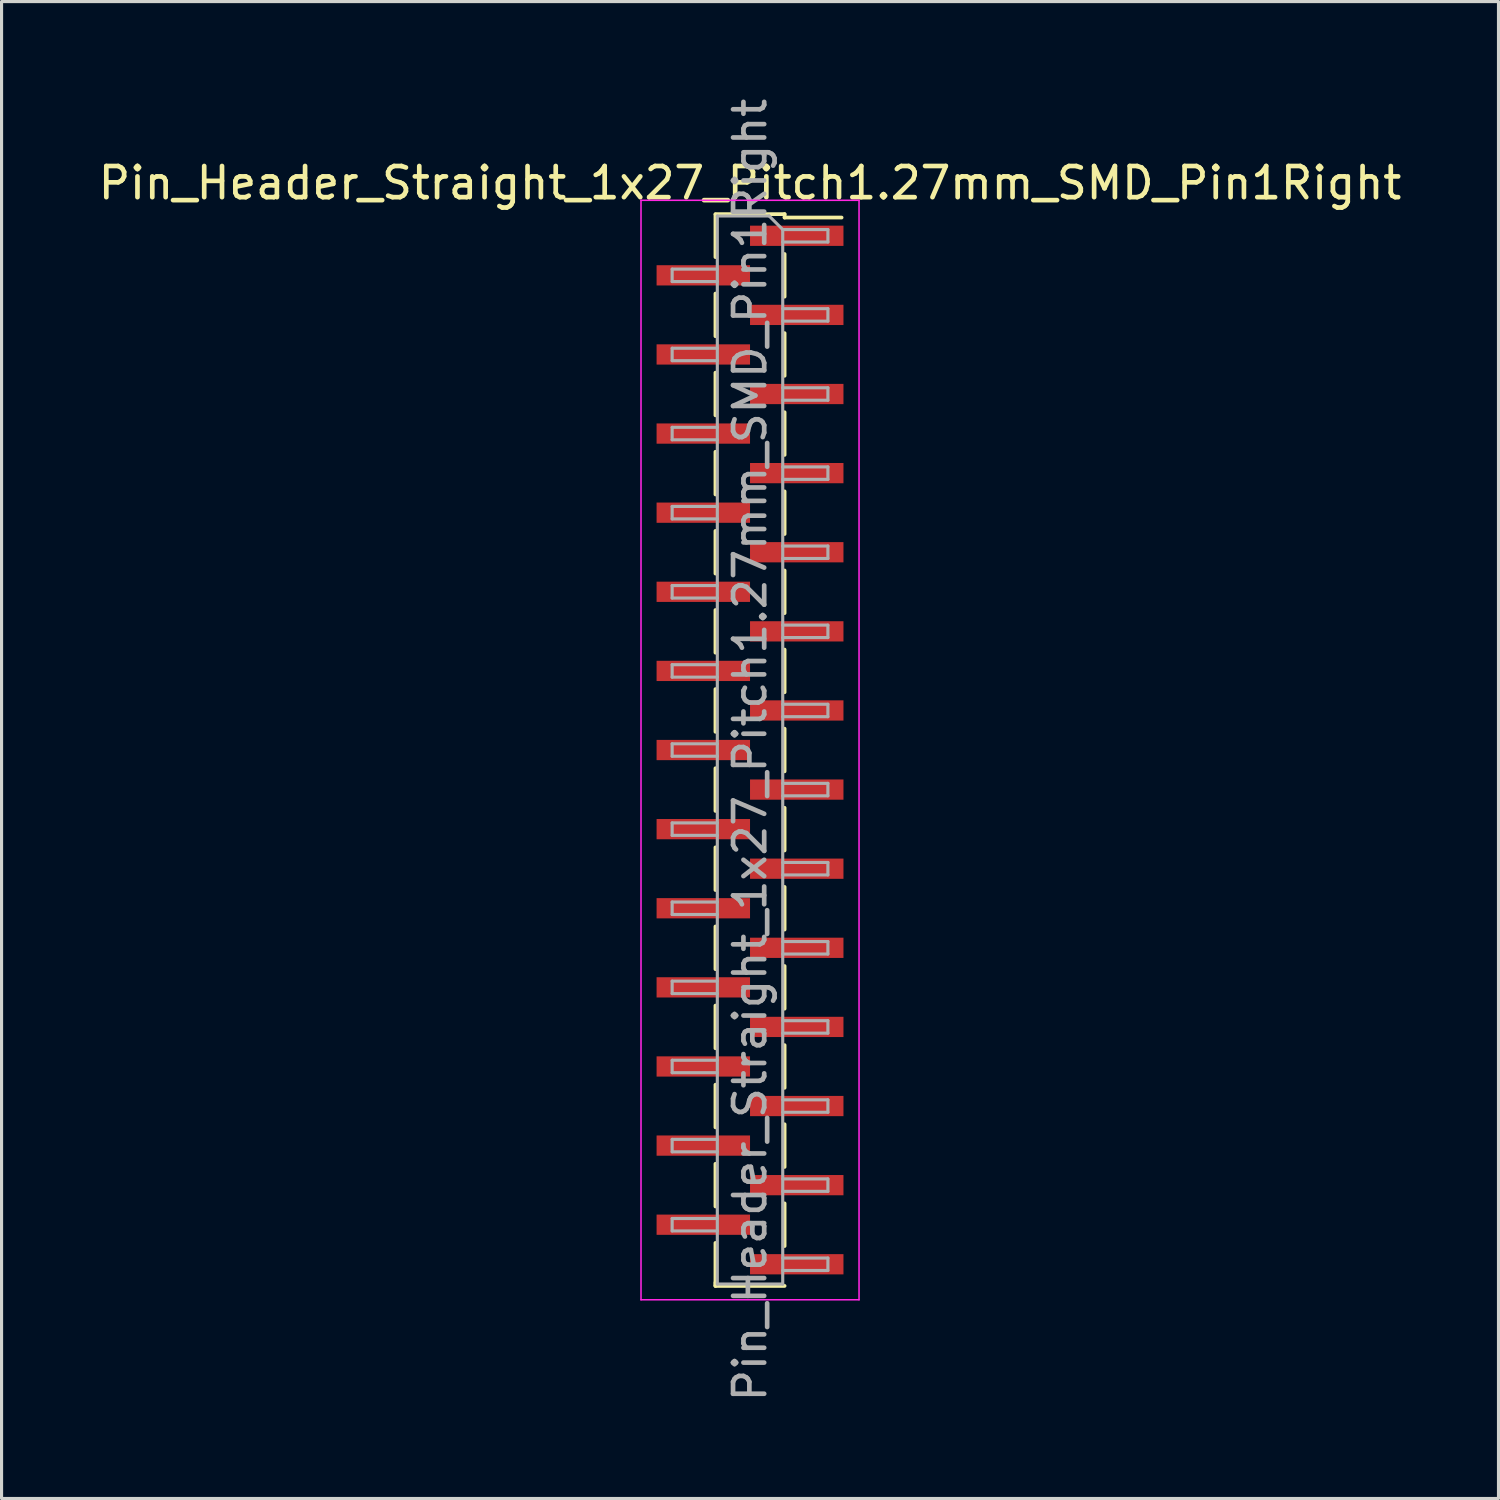
<source format=kicad_pcb>
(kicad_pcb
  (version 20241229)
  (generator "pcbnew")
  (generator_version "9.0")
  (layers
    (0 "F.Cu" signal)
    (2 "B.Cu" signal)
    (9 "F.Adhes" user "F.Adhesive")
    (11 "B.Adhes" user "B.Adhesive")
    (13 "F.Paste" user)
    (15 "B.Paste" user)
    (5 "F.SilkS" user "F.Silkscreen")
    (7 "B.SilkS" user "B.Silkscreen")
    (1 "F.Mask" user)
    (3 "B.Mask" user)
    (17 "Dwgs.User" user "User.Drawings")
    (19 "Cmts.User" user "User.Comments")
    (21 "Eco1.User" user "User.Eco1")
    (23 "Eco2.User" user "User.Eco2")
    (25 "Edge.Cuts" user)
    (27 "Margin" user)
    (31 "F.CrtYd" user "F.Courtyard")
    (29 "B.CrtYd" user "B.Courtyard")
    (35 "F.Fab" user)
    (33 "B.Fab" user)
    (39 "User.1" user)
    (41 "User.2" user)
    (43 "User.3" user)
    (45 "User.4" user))
  (footprint "Pin_Header_Straight_1x27_Pitch1.27mm_SMD_Pin1Right"
    (layer "F.Cu")
    (at 21.03 21.03)
    (property "Reference" "Pin_Header_Straight_1x27_Pitch1.27mm_SMD_Pin1Right" (at 0 -18.205 0) (layer "F.SilkS") (effects (font (size 1 1) (thickness 0.15))))
    (attr smd)
    (fp_line (start -1.11 -17.205) (end 1.11 -17.205) (stroke (width 0.12) (type solid)) (layer "F.SilkS"))
    (fp_line (start -1.11 -17.195) (end -1.11 -15.825) (stroke (width 0.12) (type solid)) (layer "F.SilkS"))
    (fp_line (start -1.11 -14.655) (end -1.11 -13.285) (stroke (width 0.12) (type solid)) (layer "F.SilkS"))
    (fp_line (start -1.11 -12.115) (end -1.11 -10.745) (stroke (width 0.12) (type solid)) (layer "F.SilkS"))
    (fp_line (start -1.11 -9.575) (end -1.11 -8.205) (stroke (width 0.12) (type solid)) (layer "F.SilkS"))
    (fp_line (start -1.11 -7.035) (end -1.11 -5.665) (stroke (width 0.12) (type solid)) (layer "F.SilkS"))
    (fp_line (start -1.11 -4.495) (end -1.11 -3.125) (stroke (width 0.12) (type solid)) (layer "F.SilkS"))
    (fp_line (start -1.11 -1.955) (end -1.11 -0.585) (stroke (width 0.12) (type solid)) (layer "F.SilkS"))
    (fp_line (start -1.11 0.585) (end -1.11 1.955) (stroke (width 0.12) (type solid)) (layer "F.SilkS"))
    (fp_line (start -1.11 3.125) (end -1.11 4.495) (stroke (width 0.12) (type solid)) (layer "F.SilkS"))
    (fp_line (start -1.11 5.665) (end -1.11 7.035) (stroke (width 0.12) (type solid)) (layer "F.SilkS"))
    (fp_line (start -1.11 8.205) (end -1.11 9.575) (stroke (width 0.12) (type solid)) (layer "F.SilkS"))
    (fp_line (start -1.11 10.745) (end -1.11 12.115) (stroke (width 0.12) (type solid)) (layer "F.SilkS"))
    (fp_line (start -1.11 13.285) (end -1.11 14.655) (stroke (width 0.12) (type solid)) (layer "F.SilkS"))
    (fp_line (start -1.11 15.825) (end -1.11 17.195) (stroke (width 0.12) (type solid)) (layer "F.SilkS"))
    (fp_line (start -1.11 17.095) (end -1.11 17.205) (stroke (width 0.12) (type solid)) (layer "F.SilkS"))
    (fp_line (start -1.11 17.205) (end 1.11 17.205) (stroke (width 0.12) (type solid)) (layer "F.SilkS"))
    (fp_line (start 1.11 -17.205) (end 1.11 -17.095) (stroke (width 0.12) (type solid)) (layer "F.SilkS"))
    (fp_line (start 1.11 -17.095) (end 2.94 -17.095) (stroke (width 0.12) (type solid)) (layer "F.SilkS"))
    (fp_line (start 1.11 -15.925) (end 1.11 -14.555) (stroke (width 0.12) (type solid)) (layer "F.SilkS"))
    (fp_line (start 1.11 -13.385) (end 1.11 -12.015) (stroke (width 0.12) (type solid)) (layer "F.SilkS"))
    (fp_line (start 1.11 -10.845) (end 1.11 -9.475) (stroke (width 0.12) (type solid)) (layer "F.SilkS"))
    (fp_line (start 1.11 -8.305) (end 1.11 -6.935) (stroke (width 0.12) (type solid)) (layer "F.SilkS"))
    (fp_line (start 1.11 -5.765) (end 1.11 -4.395) (stroke (width 0.12) (type solid)) (layer "F.SilkS"))
    (fp_line (start 1.11 -3.225) (end 1.11 -1.855) (stroke (width 0.12) (type solid)) (layer "F.SilkS"))
    (fp_line (start 1.11 -0.685) (end 1.11 0.685) (stroke (width 0.12) (type solid)) (layer "F.SilkS"))
    (fp_line (start 1.11 1.855) (end 1.11 3.225) (stroke (width 0.12) (type solid)) (layer "F.SilkS"))
    (fp_line (start 1.11 4.395) (end 1.11 5.765) (stroke (width 0.12) (type solid)) (layer "F.SilkS"))
    (fp_line (start 1.11 6.935) (end 1.11 8.305) (stroke (width 0.12) (type solid)) (layer "F.SilkS"))
    (fp_line (start 1.11 9.475) (end 1.11 10.845) (stroke (width 0.12) (type solid)) (layer "F.SilkS"))
    (fp_line (start 1.11 12.015) (end 1.11 13.385) (stroke (width 0.12) (type solid)) (layer "F.SilkS"))
    (fp_line (start 1.11 14.555) (end 1.11 15.925) (stroke (width 0.12) (type solid)) (layer "F.SilkS"))
    (fp_line (start -3.5 -17.65) (end -3.5 17.65) (stroke (width 0.05) (type solid)) (layer "F.CrtYd"))
    (fp_line (start -3.5 17.65) (end 3.5 17.65) (stroke (width 0.05) (type solid)) (layer "F.CrtYd"))
    (fp_line (start 3.5 -17.65) (end -3.5 -17.65) (stroke (width 0.05) (type solid)) (layer "F.CrtYd"))
    (fp_line (start 3.5 17.65) (end 3.5 -17.65) (stroke (width 0.05) (type solid)) (layer "F.CrtYd"))
    (fp_line (start -2.5 -15.44) (end -2.5 -15.04) (stroke (width 0.1) (type solid)) (layer "F.Fab"))
    (fp_line (start -2.5 -15.04) (end -1.05 -15.04) (stroke (width 0.1) (type solid)) (layer "F.Fab"))
    (fp_line (start -2.5 -12.9) (end -2.5 -12.5) (stroke (width 0.1) (type solid)) (layer "F.Fab"))
    (fp_line (start -2.5 -12.5) (end -1.05 -12.5) (stroke (width 0.1) (type solid)) (layer "F.Fab"))
    (fp_line (start -2.5 -10.36) (end -2.5 -9.96) (stroke (width 0.1) (type solid)) (layer "F.Fab"))
    (fp_line (start -2.5 -9.96) (end -1.05 -9.96) (stroke (width 0.1) (type solid)) (layer "F.Fab"))
    (fp_line (start -2.5 -7.82) (end -2.5 -7.42) (stroke (width 0.1) (type solid)) (layer "F.Fab"))
    (fp_line (start -2.5 -7.42) (end -1.05 -7.42) (stroke (width 0.1) (type solid)) (layer "F.Fab"))
    (fp_line (start -2.5 -5.28) (end -2.5 -4.88) (stroke (width 0.1) (type solid)) (layer "F.Fab"))
    (fp_line (start -2.5 -4.88) (end -1.05 -4.88) (stroke (width 0.1) (type solid)) (layer "F.Fab"))
    (fp_line (start -2.5 -2.74) (end -2.5 -2.34) (stroke (width 0.1) (type solid)) (layer "F.Fab"))
    (fp_line (start -2.5 -2.34) (end -1.05 -2.34) (stroke (width 0.1) (type solid)) (layer "F.Fab"))
    (fp_line (start -2.5 -0.2) (end -2.5 0.2) (stroke (width 0.1) (type solid)) (layer "F.Fab"))
    (fp_line (start -2.5 0.2) (end -1.05 0.2) (stroke (width 0.1) (type solid)) (layer "F.Fab"))
    (fp_line (start -2.5 2.34) (end -2.5 2.74) (stroke (width 0.1) (type solid)) (layer "F.Fab"))
    (fp_line (start -2.5 2.74) (end -1.05 2.74) (stroke (width 0.1) (type solid)) (layer "F.Fab"))
    (fp_line (start -2.5 4.88) (end -2.5 5.28) (stroke (width 0.1) (type solid)) (layer "F.Fab"))
    (fp_line (start -2.5 5.28) (end -1.05 5.28) (stroke (width 0.1) (type solid)) (layer "F.Fab"))
    (fp_line (start -2.5 7.42) (end -2.5 7.82) (stroke (width 0.1) (type solid)) (layer "F.Fab"))
    (fp_line (start -2.5 7.82) (end -1.05 7.82) (stroke (width 0.1) (type solid)) (layer "F.Fab"))
    (fp_line (start -2.5 9.96) (end -2.5 10.36) (stroke (width 0.1) (type solid)) (layer "F.Fab"))
    (fp_line (start -2.5 10.36) (end -1.05 10.36) (stroke (width 0.1) (type solid)) (layer "F.Fab"))
    (fp_line (start -2.5 12.5) (end -2.5 12.9) (stroke (width 0.1) (type solid)) (layer "F.Fab"))
    (fp_line (start -2.5 12.9) (end -1.05 12.9) (stroke (width 0.1) (type solid)) (layer "F.Fab"))
    (fp_line (start -2.5 15.04) (end -2.5 15.44) (stroke (width 0.1) (type solid)) (layer "F.Fab"))
    (fp_line (start -2.5 15.44) (end -1.05 15.44) (stroke (width 0.1) (type solid)) (layer "F.Fab"))
    (fp_line (start -1.05 -17.145) (end -1.05 17.145) (stroke (width 0.1) (type solid)) (layer "F.Fab"))
    (fp_line (start -1.05 -17.145) (end 0.615 -17.145) (stroke (width 0.1) (type solid)) (layer "F.Fab"))
    (fp_line (start -1.05 -15.44) (end -2.5 -15.44) (stroke (width 0.1) (type solid)) (layer "F.Fab"))
    (fp_line (start -1.05 -12.9) (end -2.5 -12.9) (stroke (width 0.1) (type solid)) (layer "F.Fab"))
    (fp_line (start -1.05 -10.36) (end -2.5 -10.36) (stroke (width 0.1) (type solid)) (layer "F.Fab"))
    (fp_line (start -1.05 -7.82) (end -2.5 -7.82) (stroke (width 0.1) (type solid)) (layer "F.Fab"))
    (fp_line (start -1.05 -5.28) (end -2.5 -5.28) (stroke (width 0.1) (type solid)) (layer "F.Fab"))
    (fp_line (start -1.05 -2.74) (end -2.5 -2.74) (stroke (width 0.1) (type solid)) (layer "F.Fab"))
    (fp_line (start -1.05 -0.2) (end -2.5 -0.2) (stroke (width 0.1) (type solid)) (layer "F.Fab"))
    (fp_line (start -1.05 2.34) (end -2.5 2.34) (stroke (width 0.1) (type solid)) (layer "F.Fab"))
    (fp_line (start -1.05 4.88) (end -2.5 4.88) (stroke (width 0.1) (type solid)) (layer "F.Fab"))
    (fp_line (start -1.05 7.42) (end -2.5 7.42) (stroke (width 0.1) (type solid)) (layer "F.Fab"))
    (fp_line (start -1.05 9.96) (end -2.5 9.96) (stroke (width 0.1) (type solid)) (layer "F.Fab"))
    (fp_line (start -1.05 12.5) (end -2.5 12.5) (stroke (width 0.1) (type solid)) (layer "F.Fab"))
    (fp_line (start -1.05 15.04) (end -2.5 15.04) (stroke (width 0.1) (type solid)) (layer "F.Fab"))
    (fp_line (start 1.05 -16.71) (end 0.615 -17.145) (stroke (width 0.1) (type solid)) (layer "F.Fab"))
    (fp_line (start 1.05 -16.71) (end 2.5 -16.71) (stroke (width 0.1) (type solid)) (layer "F.Fab"))
    (fp_line (start 1.05 -14.17) (end 2.5 -14.17) (stroke (width 0.1) (type solid)) (layer "F.Fab"))
    (fp_line (start 1.05 -11.63) (end 2.5 -11.63) (stroke (width 0.1) (type solid)) (layer "F.Fab"))
    (fp_line (start 1.05 -9.09) (end 2.5 -9.09) (stroke (width 0.1) (type solid)) (layer "F.Fab"))
    (fp_line (start 1.05 -6.55) (end 2.5 -6.55) (stroke (width 0.1) (type solid)) (layer "F.Fab"))
    (fp_line (start 1.05 -4.01) (end 2.5 -4.01) (stroke (width 0.1) (type solid)) (layer "F.Fab"))
    (fp_line (start 1.05 -1.47) (end 2.5 -1.47) (stroke (width 0.1) (type solid)) (layer "F.Fab"))
    (fp_line (start 1.05 1.07) (end 2.5 1.07) (stroke (width 0.1) (type solid)) (layer "F.Fab"))
    (fp_line (start 1.05 3.61) (end 2.5 3.61) (stroke (width 0.1) (type solid)) (layer "F.Fab"))
    (fp_line (start 1.05 6.15) (end 2.5 6.15) (stroke (width 0.1) (type solid)) (layer "F.Fab"))
    (fp_line (start 1.05 8.69) (end 2.5 8.69) (stroke (width 0.1) (type solid)) (layer "F.Fab"))
    (fp_line (start 1.05 11.23) (end 2.5 11.23) (stroke (width 0.1) (type solid)) (layer "F.Fab"))
    (fp_line (start 1.05 13.77) (end 2.5 13.77) (stroke (width 0.1) (type solid)) (layer "F.Fab"))
    (fp_line (start 1.05 16.31) (end 2.5 16.31) (stroke (width 0.1) (type solid)) (layer "F.Fab"))
    (fp_line (start 1.05 17.145) (end -1.05 17.145) (stroke (width 0.1) (type solid)) (layer "F.Fab"))
    (fp_line (start 1.05 17.145) (end 1.05 -16.71) (stroke (width 0.1) (type solid)) (layer "F.Fab"))
    (fp_line (start 2.5 -16.71) (end 2.5 -16.31) (stroke (width 0.1) (type solid)) (layer "F.Fab"))
    (fp_line (start 2.5 -16.31) (end 1.05 -16.31) (stroke (width 0.1) (type solid)) (layer "F.Fab"))
    (fp_line (start 2.5 -14.17) (end 2.5 -13.77) (stroke (width 0.1) (type solid)) (layer "F.Fab"))
    (fp_line (start 2.5 -13.77) (end 1.05 -13.77) (stroke (width 0.1) (type solid)) (layer "F.Fab"))
    (fp_line (start 2.5 -11.63) (end 2.5 -11.23) (stroke (width 0.1) (type solid)) (layer "F.Fab"))
    (fp_line (start 2.5 -11.23) (end 1.05 -11.23) (stroke (width 0.1) (type solid)) (layer "F.Fab"))
    (fp_line (start 2.5 -9.09) (end 2.5 -8.69) (stroke (width 0.1) (type solid)) (layer "F.Fab"))
    (fp_line (start 2.5 -8.69) (end 1.05 -8.69) (stroke (width 0.1) (type solid)) (layer "F.Fab"))
    (fp_line (start 2.5 -6.55) (end 2.5 -6.15) (stroke (width 0.1) (type solid)) (layer "F.Fab"))
    (fp_line (start 2.5 -6.15) (end 1.05 -6.15) (stroke (width 0.1) (type solid)) (layer "F.Fab"))
    (fp_line (start 2.5 -4.01) (end 2.5 -3.61) (stroke (width 0.1) (type solid)) (layer "F.Fab"))
    (fp_line (start 2.5 -3.61) (end 1.05 -3.61) (stroke (width 0.1) (type solid)) (layer "F.Fab"))
    (fp_line (start 2.5 -1.47) (end 2.5 -1.07) (stroke (width 0.1) (type solid)) (layer "F.Fab"))
    (fp_line (start 2.5 -1.07) (end 1.05 -1.07) (stroke (width 0.1) (type solid)) (layer "F.Fab"))
    (fp_line (start 2.5 1.07) (end 2.5 1.47) (stroke (width 0.1) (type solid)) (layer "F.Fab"))
    (fp_line (start 2.5 1.47) (end 1.05 1.47) (stroke (width 0.1) (type solid)) (layer "F.Fab"))
    (fp_line (start 2.5 3.61) (end 2.5 4.01) (stroke (width 0.1) (type solid)) (layer "F.Fab"))
    (fp_line (start 2.5 4.01) (end 1.05 4.01) (stroke (width 0.1) (type solid)) (layer "F.Fab"))
    (fp_line (start 2.5 6.15) (end 2.5 6.55) (stroke (width 0.1) (type solid)) (layer "F.Fab"))
    (fp_line (start 2.5 6.55) (end 1.05 6.55) (stroke (width 0.1) (type solid)) (layer "F.Fab"))
    (fp_line (start 2.5 8.69) (end 2.5 9.09) (stroke (width 0.1) (type solid)) (layer "F.Fab"))
    (fp_line (start 2.5 9.09) (end 1.05 9.09) (stroke (width 0.1) (type solid)) (layer "F.Fab"))
    (fp_line (start 2.5 11.23) (end 2.5 11.63) (stroke (width 0.1) (type solid)) (layer "F.Fab"))
    (fp_line (start 2.5 11.63) (end 1.05 11.63) (stroke (width 0.1) (type solid)) (layer "F.Fab"))
    (fp_line (start 2.5 13.77) (end 2.5 14.17) (stroke (width 0.1) (type solid)) (layer "F.Fab"))
    (fp_line (start 2.5 14.17) (end 1.05 14.17) (stroke (width 0.1) (type solid)) (layer "F.Fab"))
    (fp_line (start 2.5 16.31) (end 2.5 16.71) (stroke (width 0.1) (type solid)) (layer "F.Fab"))
    (fp_line (start 2.5 16.71) (end 1.05 16.71) (stroke (width 0.1) (type solid)) (layer "F.Fab"))
    (fp_text user "${REFERENCE}" (at 0 0 90) (layer "F.Fab") (effects (font (size 1 1) (thickness 0.15))))
    (pad "1" smd rect (at 1.5 -16.51) (size 3 0.65) (layers "F.Cu" "F.Mask" "F.Paste"))
    (pad "2" smd rect (at -1.5 -15.24) (size 3 0.65) (layers "F.Cu" "F.Mask" "F.Paste"))
    (pad "3" smd rect (at 1.5 -13.97) (size 3 0.65) (layers "F.Cu" "F.Mask" "F.Paste"))
    (pad "4" smd rect (at -1.5 -12.7) (size 3 0.65) (layers "F.Cu" "F.Mask" "F.Paste"))
    (pad "5" smd rect (at 1.5 -11.43) (size 3 0.65) (layers "F.Cu" "F.Mask" "F.Paste"))
    (pad "6" smd rect (at -1.5 -10.16) (size 3 0.65) (layers "F.Cu" "F.Mask" "F.Paste"))
    (pad "7" smd rect (at 1.5 -8.89) (size 3 0.65) (layers "F.Cu" "F.Mask" "F.Paste"))
    (pad "8" smd rect (at -1.5 -7.62) (size 3 0.65) (layers "F.Cu" "F.Mask" "F.Paste"))
    (pad "9" smd rect (at 1.5 -6.35) (size 3 0.65) (layers "F.Cu" "F.Mask" "F.Paste"))
    (pad "10" smd rect (at -1.5 -5.08) (size 3 0.65) (layers "F.Cu" "F.Mask" "F.Paste"))
    (pad "11" smd rect (at 1.5 -3.81) (size 3 0.65) (layers "F.Cu" "F.Mask" "F.Paste"))
    (pad "12" smd rect (at -1.5 -2.54) (size 3 0.65) (layers "F.Cu" "F.Mask" "F.Paste"))
    (pad "13" smd rect (at 1.5 -1.27) (size 3 0.65) (layers "F.Cu" "F.Mask" "F.Paste"))
    (pad "14" smd rect (at -1.5 0) (size 3 0.65) (layers "F.Cu" "F.Mask" "F.Paste"))
    (pad "15" smd rect (at 1.5 1.27) (size 3 0.65) (layers "F.Cu" "F.Mask" "F.Paste"))
    (pad "16" smd rect (at -1.5 2.54) (size 3 0.65) (layers "F.Cu" "F.Mask" "F.Paste"))
    (pad "17" smd rect (at 1.5 3.81) (size 3 0.65) (layers "F.Cu" "F.Mask" "F.Paste"))
    (pad "18" smd rect (at -1.5 5.08) (size 3 0.65) (layers "F.Cu" "F.Mask" "F.Paste"))
    (pad "19" smd rect (at 1.5 6.35) (size 3 0.65) (layers "F.Cu" "F.Mask" "F.Paste"))
    (pad "20" smd rect (at -1.5 7.62) (size 3 0.65) (layers "F.Cu" "F.Mask" "F.Paste"))
    (pad "21" smd rect (at 1.5 8.89) (size 3 0.65) (layers "F.Cu" "F.Mask" "F.Paste"))
    (pad "22" smd rect (at -1.5 10.16) (size 3 0.65) (layers "F.Cu" "F.Mask" "F.Paste"))
    (pad "23" smd rect (at 1.5 11.43) (size 3 0.65) (layers "F.Cu" "F.Mask" "F.Paste"))
    (pad "24" smd rect (at -1.5 12.7) (size 3 0.65) (layers "F.Cu" "F.Mask" "F.Paste"))
    (pad "25" smd rect (at 1.5 13.97) (size 3 0.65) (layers "F.Cu" "F.Mask" "F.Paste"))
    (pad "26" smd rect (at -1.5 15.24) (size 3 0.65) (layers "F.Cu" "F.Mask" "F.Paste"))
    (pad "27" smd rect (at 1.5 16.51) (size 3 0.65) (layers "F.Cu" "F.Mask" "F.Paste")))
  (gr_rect
    (start -3 -3)
    (end 45.06 45.06)
    (stroke (width 0.1) (type default))
    (fill no)
    (layer "Edge.Cuts")))
</source>
